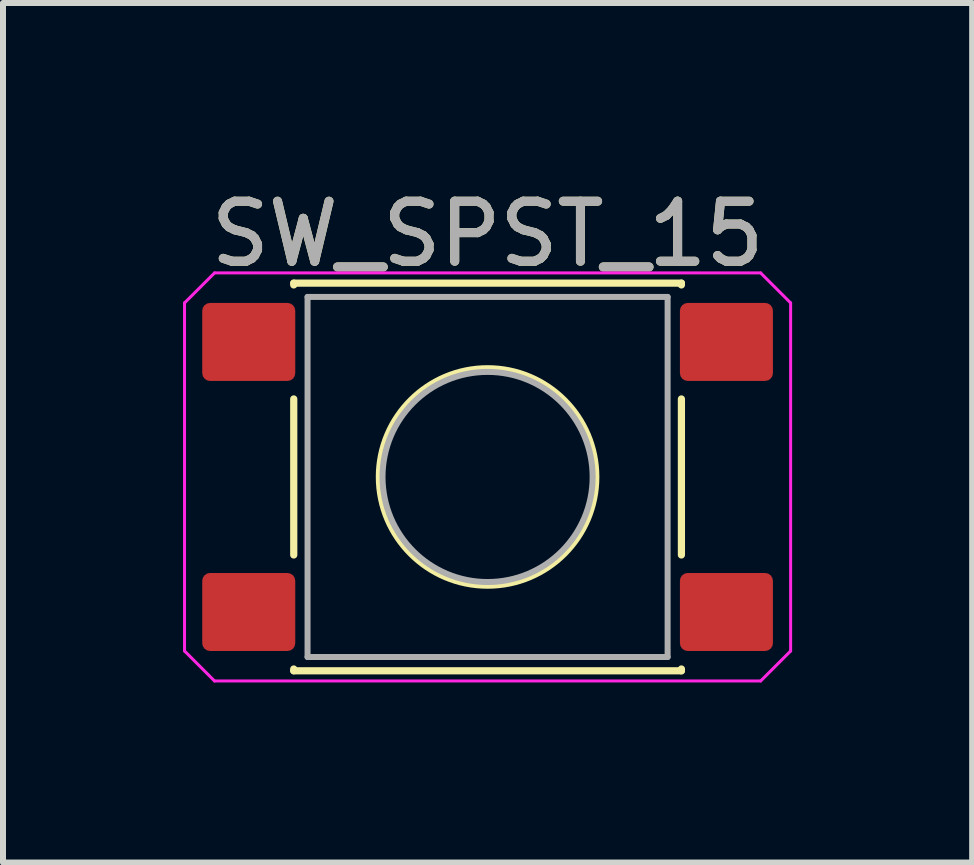
<source format=kicad_pcb>
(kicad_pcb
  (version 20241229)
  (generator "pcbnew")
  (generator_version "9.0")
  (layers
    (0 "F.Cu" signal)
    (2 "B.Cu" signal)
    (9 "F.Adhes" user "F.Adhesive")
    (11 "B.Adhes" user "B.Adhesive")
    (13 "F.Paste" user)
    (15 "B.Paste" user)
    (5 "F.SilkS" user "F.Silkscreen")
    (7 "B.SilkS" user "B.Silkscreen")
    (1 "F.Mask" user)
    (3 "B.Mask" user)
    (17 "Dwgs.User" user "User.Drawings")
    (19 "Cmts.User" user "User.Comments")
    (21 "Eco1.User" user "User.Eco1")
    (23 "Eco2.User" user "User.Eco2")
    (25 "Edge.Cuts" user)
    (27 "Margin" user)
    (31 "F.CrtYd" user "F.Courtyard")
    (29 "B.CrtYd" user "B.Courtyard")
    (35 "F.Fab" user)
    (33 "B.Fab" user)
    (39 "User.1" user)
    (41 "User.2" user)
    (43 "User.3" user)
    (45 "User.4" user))
  (footprint "SW_SPST_15"
    (layer "F.Cu")
    (at 5.075 4.898)
    (property "Reference" "SW_SPST_15" (at 0 -4.05 0) (layer "F.SilkS") (effects (font (size 1 1) (thickness 0.15))))
    (attr smd)
    (fp_line (start -3.23 -3.23) (end 3.23 -3.23) (stroke (width 0.12) (type solid)) (layer "F.SilkS"))
    (fp_line (start -3.23 -3.2) (end -3.23 -3.23) (stroke (width 0.12) (type solid)) (layer "F.SilkS"))
    (fp_line (start -3.23 -1.3) (end -3.23 1.3) (stroke (width 0.12) (type solid)) (layer "F.SilkS"))
    (fp_line (start -3.23 3.23) (end -3.23 3.2) (stroke (width 0.12) (type solid)) (layer "F.SilkS"))
    (fp_line (start -3.23 3.23) (end 3.23 3.23) (stroke (width 0.12) (type solid)) (layer "F.SilkS"))
    (fp_line (start 3.23 -3.23) (end 3.23 -3.2) (stroke (width 0.12) (type solid)) (layer "F.SilkS"))
    (fp_line (start 3.23 -1.3) (end 3.23 1.3) (stroke (width 0.12) (type solid)) (layer "F.SilkS"))
    (fp_line (start 3.23 3.23) (end 3.23 3.2) (stroke (width 0.12) (type solid)) (layer "F.SilkS"))
    (fp_circle (center 0 0) (end -1 -1.5) (stroke (width 0.12) (type solid)) (fill no) (layer "F.SilkS"))
    (fp_line (start -5.05 -2.9) (end -5.05 2.9) (stroke (width 0.05) (type solid)) (layer "F.CrtYd"))
    (fp_line (start -5.05 -2.9) (end -4.55 -3.4) (stroke (width 0.05) (type solid)) (layer "F.CrtYd"))
    (fp_line (start -4.55 -3.4) (end 4.55 -3.4) (stroke (width 0.05) (type solid)) (layer "F.CrtYd"))
    (fp_line (start -4.55 3.4) (end -5.05 2.9) (stroke (width 0.05) (type solid)) (layer "F.CrtYd"))
    (fp_line (start -4.55 3.4) (end 4.55 3.4) (stroke (width 0.05) (type solid)) (layer "F.CrtYd"))
    (fp_line (start 4.55 -3.4) (end 5.05 -2.9) (stroke (width 0.05) (type solid)) (layer "F.CrtYd"))
    (fp_line (start 5.05 2.9) (end 4.55 3.4) (stroke (width 0.05) (type solid)) (layer "F.CrtYd"))
    (fp_line (start 5.05 2.9) (end 5.05 -2.9) (stroke (width 0.05) (type solid)) (layer "F.CrtYd"))
    (fp_line (start -3 -3) (end -3 3) (stroke (width 0.1) (type solid)) (layer "F.Fab"))
    (fp_line (start -3 3) (end 3 3) (stroke (width 0.1) (type solid)) (layer "F.Fab"))
    (fp_line (start 3 -3) (end -3 -3) (stroke (width 0.1) (type solid)) (layer "F.Fab"))
    (fp_line (start 3 3) (end 3 -3) (stroke (width 0.1) (type solid)) (layer "F.Fab"))
    (fp_circle (center 0 0) (end 1.75 -0.05) (stroke (width 0.1) (type solid)) (fill no) (layer "F.Fab"))
    (fp_text user "${REFERENCE}" (at 0 -4.05 0) (layer "F.Fab") (effects (font (size 1 1) (thickness 0.15))))
    (pad "1" smd roundrect (at -3.98 -2.25) (size 1.55 1.3) (layers "F.Cu" "F.Mask" "F.Paste") (roundrect_rratio 0.1))
    (pad "1" smd roundrect (at 3.98 -2.25) (size 1.55 1.3) (layers "F.Cu" "F.Mask" "F.Paste") (roundrect_rratio 0.1))
    (pad "2" smd roundrect (at -3.98 2.25) (size 1.55 1.3) (layers "F.Cu" "F.Mask" "F.Paste") (roundrect_rratio 0.1))
    (pad "2" smd roundrect (at 3.98 2.25) (size 1.55 1.3) (layers "F.Cu" "F.Mask" "F.Paste") (roundrect_rratio 0.1)))
  (gr_rect
    (start -3 -3)
    (end 13.15 11.323)
    (stroke (width 0.1) (type default))
    (fill no)
    (layer "Edge.Cuts")))
</source>
